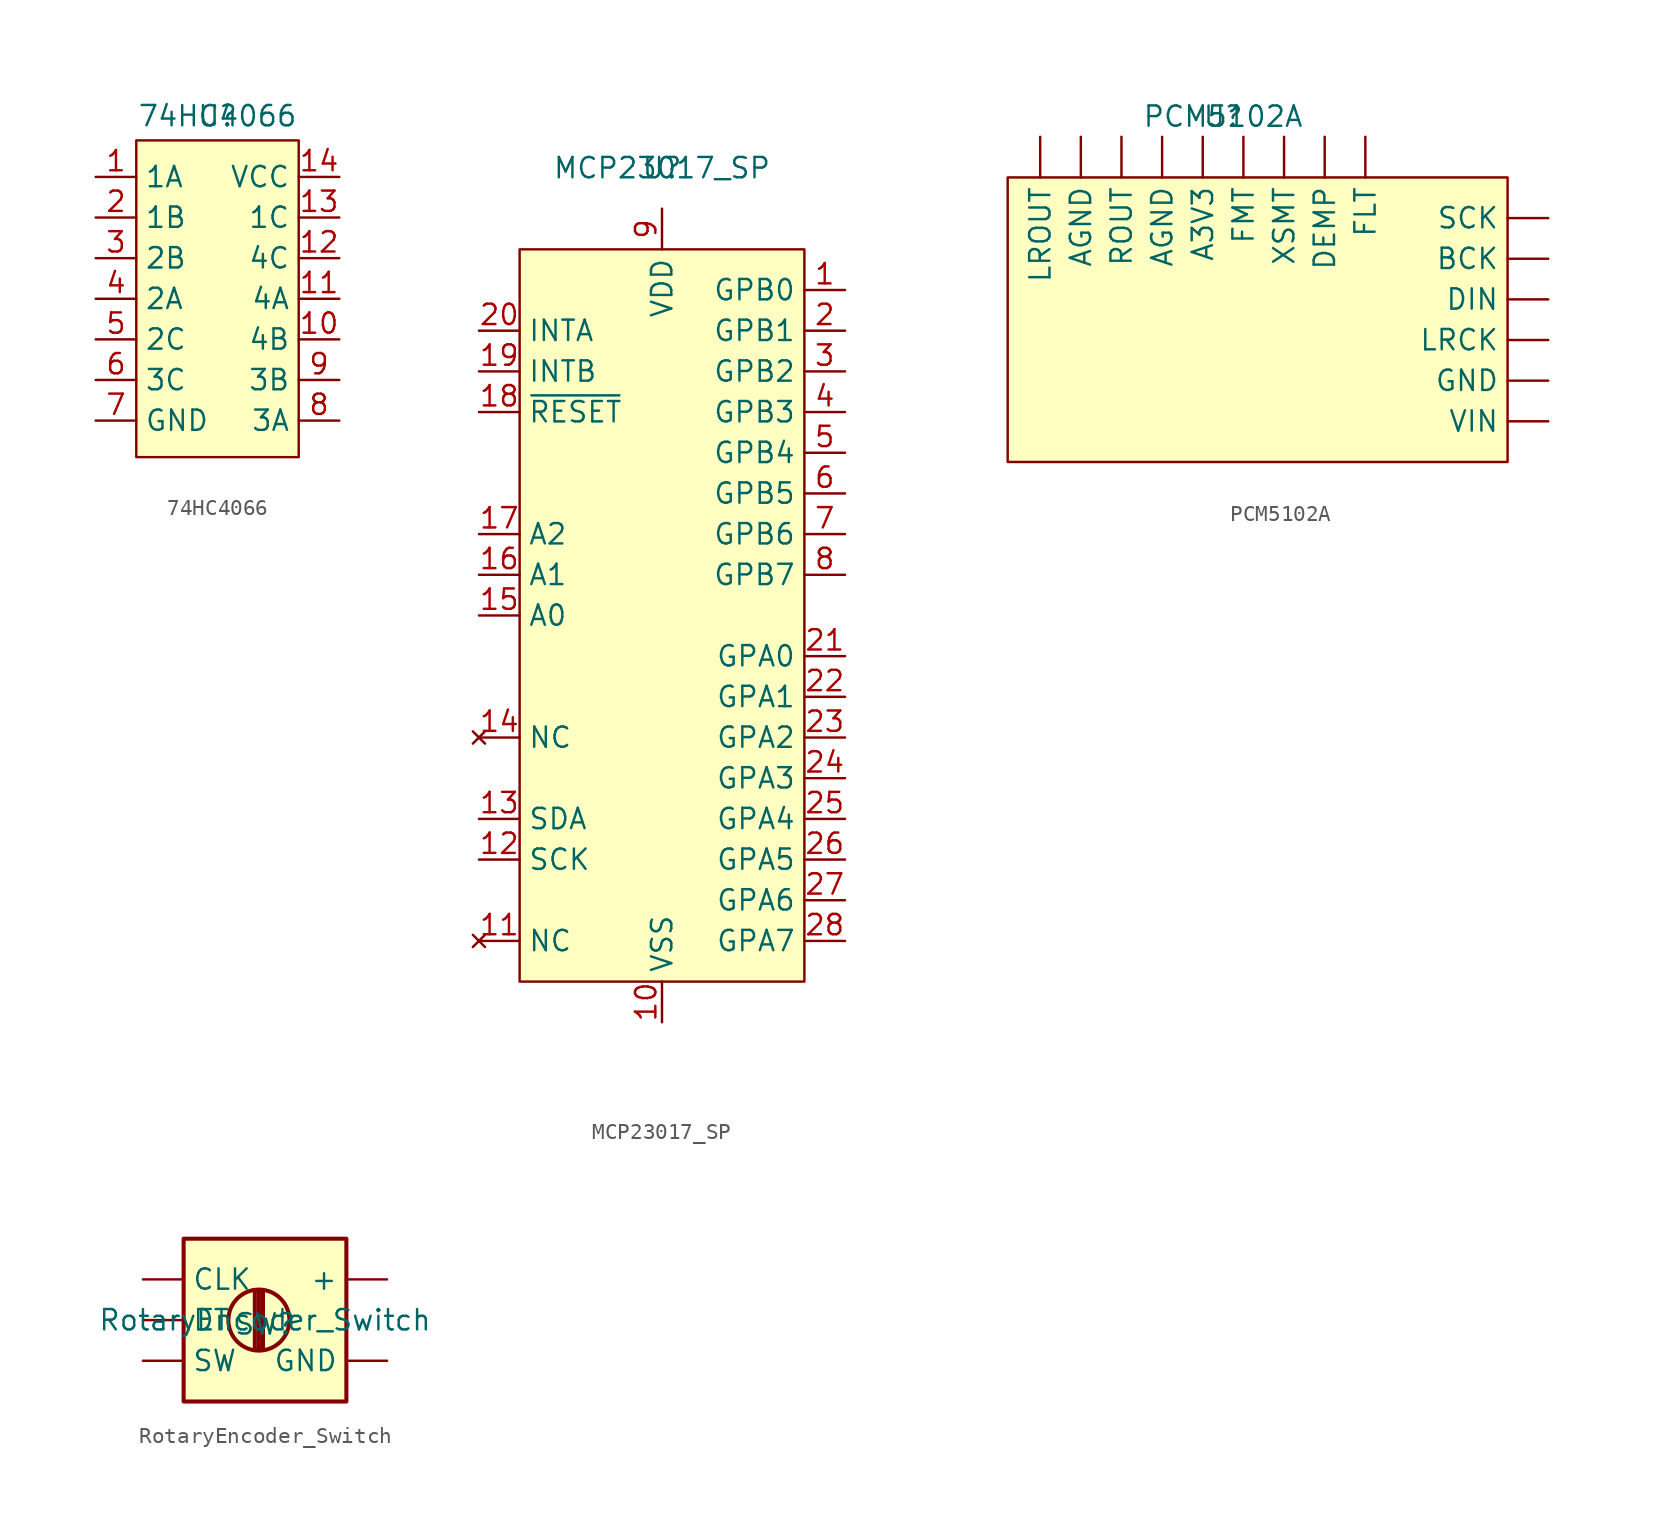
<source format=kicad_sym>
(kicad_symbol_lib
  (version 20231120)
  (generator "kicad_symbol_editor")
  (generator_version "8.0")
  (symbol "74HC4066"
    (property "Reference" "U"
      (at 0 0 0)
      (effects (font (size 1.27 1.27))))
    (property "Value" "74HC4066"
      (at 0 0 0)
      (effects (font (size 1.27 1.27))))
    (symbol "74HC4066_0_1"
      (rectangle (start -5.08 -1.524) (end 5.08 -21.336) (stroke (width 0) (type default)) (fill (type background))))
    (symbol "74HC4066_1_1"
      (pin bidirectional line (at -7.62 -3.81 0) (length 2.54) (name "1A" (effects (font (size 1.27 1.27)))) (number "1" (effects (font (size 1.27 1.27)))))
      (pin bidirectional line (at 7.62 -13.97 180) (length 2.54) (name "4B" (effects (font (size 1.27 1.27)))) (number "10" (effects (font (size 1.27 1.27)))))
      (pin bidirectional line (at 7.62 -11.43 180) (length 2.54) (name "4A" (effects (font (size 1.27 1.27)))) (number "11" (effects (font (size 1.27 1.27)))))
      (pin bidirectional line (at 7.62 -8.89 180) (length 2.54) (name "4C" (effects (font (size 1.27 1.27)))) (number "12" (effects (font (size 1.27 1.27)))))
      (pin bidirectional line (at 7.62 -6.35 180) (length 2.54) (name "1C" (effects (font (size 1.27 1.27)))) (number "13" (effects (font (size 1.27 1.27)))))
      (pin input line (at 7.62 -3.81 180) (length 2.54) (name "VCC" (effects (font (size 1.27 1.27)))) (number "14" (effects (font (size 1.27 1.27)))))
      (pin bidirectional line (at -7.62 -6.35 0) (length 2.54) (name "1B" (effects (font (size 1.27 1.27)))) (number "2" (effects (font (size 1.27 1.27)))))
      (pin bidirectional line (at -7.62 -8.89 0) (length 2.54) (name "2B" (effects (font (size 1.27 1.27)))) (number "3" (effects (font (size 1.27 1.27)))))
      (pin bidirectional line (at -7.62 -11.43 0) (length 2.54) (name "2A" (effects (font (size 1.27 1.27)))) (number "4" (effects (font (size 1.27 1.27)))))
      (pin bidirectional line (at -7.62 -13.97 0) (length 2.54) (name "2C" (effects (font (size 1.27 1.27)))) (number "5" (effects (font (size 1.27 1.27)))))
      (pin bidirectional line (at -7.62 -16.51 0) (length 2.54) (name "3C" (effects (font (size 1.27 1.27)))) (number "6" (effects (font (size 1.27 1.27)))))
      (pin input line (at -7.62 -19.05 0) (length 2.54) (name "GND" (effects (font (size 1.27 1.27)))) (number "7" (effects (font (size 1.27 1.27)))))
      (pin bidirectional line (at 7.62 -19.05 180) (length 2.54) (name "3A" (effects (font (size 1.27 1.27)))) (number "8" (effects (font (size 1.27 1.27)))))
      (pin bidirectional line (at 7.62 -16.51 180) (length 2.54) (name "3B" (effects (font (size 1.27 1.27)))) (number "9" (effects (font (size 1.27 1.27)))))))
  (symbol "MCP23017_SP"
    (property "Reference" "U"
      (at 0 0 0)
      (effects (font (size 1.27 1.27))))
    (property "Value" "MCP23017_SP"
      (at 0 0 0)
      (effects (font (size 1.27 1.27))))
    (symbol "MCP23017_SP_0_1"
      (rectangle (start -8.89 -5.08) (end 8.89 -50.8) (stroke (width 0) (type default)) (fill (type background))))
    (symbol "MCP23017_SP_1_0"
      (pin power_in line (at 0 -53.34 90) (length 2.54) (name "VSS" (effects (font (size 1.27 1.27)))) (number "10" (effects (font (size 1.27 1.27)))))
      (pin no_connect line (at -11.43 -48.26 0) (length 2.54) (name "NC" (effects (font (size 1.27 1.27)))) (number "11" (effects (font (size 1.27 1.27)))))
      (pin input line (at -11.43 -43.18 0) (length 2.54) (name "SCK" (effects (font (size 1.27 1.27)))) (number "12" (effects (font (size 1.27 1.27)))))
      (pin bidirectional line (at -11.43 -40.64 0) (length 2.54) (name "SDA" (effects (font (size 1.27 1.27)))) (number "13" (effects (font (size 1.27 1.27)))))
      (pin no_connect line (at -11.43 -35.56 0) (length 2.54) (name "NC" (effects (font (size 1.27 1.27)))) (number "14" (effects (font (size 1.27 1.27)))))
      (pin input line (at -11.43 -27.94 0) (length 2.54) (name "A0" (effects (font (size 1.27 1.27)))) (number "15" (effects (font (size 1.27 1.27)))))
      (pin input line (at -11.43 -25.4 0) (length 2.54) (name "A1" (effects (font (size 1.27 1.27)))) (number "16" (effects (font (size 1.27 1.27)))))
      (pin input line (at -11.43 -22.86 0) (length 2.54) (name "A2" (effects (font (size 1.27 1.27)))) (number "17" (effects (font (size 1.27 1.27)))))
      (pin output line (at -11.43 -15.24 0) (length 2.54) (name "~{RESET}" (effects (font (size 1.27 1.27)))) (number "18" (effects (font (size 1.27 1.27)))))
      (pin output line (at -11.43 -12.7 0) (length 2.54) (name "INTB" (effects (font (size 1.27 1.27)))) (number "19" (effects (font (size 1.27 1.27)))))
      (pin output line (at -11.43 -10.16 0) (length 2.54) (name "INTA" (effects (font (size 1.27 1.27)))) (number "20" (effects (font (size 1.27 1.27)))))
      (pin power_in line (at 0 -2.54 270) (length 2.54) (name "VDD" (effects (font (size 1.27 1.27)))) (number "9" (effects (font (size 1.27 1.27))))))
    (symbol "MCP23017_SP_1_1"
      (pin bidirectional line (at 11.43 -7.62 180) (length 2.54) (name "GPB0" (effects (font (size 1.27 1.27)))) (number "1" (effects (font (size 1.27 1.27)))))
      (pin bidirectional line (at 11.43 -10.16 180) (length 2.54) (name "GPB1" (effects (font (size 1.27 1.27)))) (number "2" (effects (font (size 1.27 1.27)))))
      (pin bidirectional line (at 11.43 -30.48 180) (length 2.54) (name "GPA0" (effects (font (size 1.27 1.27)))) (number "21" (effects (font (size 1.27 1.27)))))
      (pin bidirectional line (at 11.43 -33.02 180) (length 2.54) (name "GPA1" (effects (font (size 1.27 1.27)))) (number "22" (effects (font (size 1.27 1.27)))))
      (pin bidirectional line (at 11.43 -35.56 180) (length 2.54) (name "GPA2" (effects (font (size 1.27 1.27)))) (number "23" (effects (font (size 1.27 1.27)))))
      (pin bidirectional line (at 11.43 -38.1 180) (length 2.54) (name "GPA3" (effects (font (size 1.27 1.27)))) (number "24" (effects (font (size 1.27 1.27)))))
      (pin bidirectional line (at 11.43 -40.64 180) (length 2.54) (name "GPA4" (effects (font (size 1.27 1.27)))) (number "25" (effects (font (size 1.27 1.27)))))
      (pin bidirectional line (at 11.43 -43.18 180) (length 2.54) (name "GPA5" (effects (font (size 1.27 1.27)))) (number "26" (effects (font (size 1.27 1.27)))))
      (pin bidirectional line (at 11.43 -45.72 180) (length 2.54) (name "GPA6" (effects (font (size 1.27 1.27)))) (number "27" (effects (font (size 1.27 1.27)))))
      (pin bidirectional line (at 11.43 -48.26 180) (length 2.54) (name "GPA7" (effects (font (size 1.27 1.27)))) (number "28" (effects (font (size 1.27 1.27)))))
      (pin bidirectional line (at 11.43 -12.7 180) (length 2.54) (name "GPB2" (effects (font (size 1.27 1.27)))) (number "3" (effects (font (size 1.27 1.27)))))
      (pin bidirectional line (at 11.43 -15.24 180) (length 2.54) (name "GPB3" (effects (font (size 1.27 1.27)))) (number "4" (effects (font (size 1.27 1.27)))))
      (pin bidirectional line (at 11.43 -17.78 180) (length 2.54) (name "GPB4" (effects (font (size 1.27 1.27)))) (number "5" (effects (font (size 1.27 1.27)))))
      (pin bidirectional line (at 11.43 -20.32 180) (length 2.54) (name "GPB5" (effects (font (size 1.27 1.27)))) (number "6" (effects (font (size 1.27 1.27)))))
      (pin bidirectional line (at 11.43 -22.86 180) (length 2.54) (name "GPB6" (effects (font (size 1.27 1.27)))) (number "7" (effects (font (size 1.27 1.27)))))
      (pin bidirectional line (at 11.43 -25.4 180) (length 2.54) (name "GPB7" (effects (font (size 1.27 1.27)))) (number "8" (effects (font (size 1.27 1.27)))))))
  (symbol "PCM5102A"
    (pin_numbers hide)
    (property "Reference" "U"
      (at -1.27 3.81 0)
      (effects (font (size 1.27 1.27))))
    (property "Value" "PCM5102A"
      (at -1.27 3.81 0)
      (effects (font (size 1.27 1.27))))
    (symbol "PCM5102A_0_1"
      (rectangle (start -14.732 0) (end 16.51 -17.78) (stroke (width 0) (type default)) (fill (type background))))
    (symbol "PCM5102A_1_1"
      (pin bidirectional line (at -2.54 2.54 270) (length 2.54) (name "A3V3" (effects (font (size 1.27 1.27)))) (number "" (effects (font (size 1.27 1.27)))))
      (pin bidirectional line (at -10.16 2.54 270) (length 2.54) (name "AGND" (effects (font (size 1.27 1.27)))) (number "" (effects (font (size 1.27 1.27)))))
      (pin bidirectional line (at -5.08 2.54 270) (length 2.54) (name "AGND" (effects (font (size 1.27 1.27)))) (number "" (effects (font (size 1.27 1.27)))))
      (pin bidirectional line (at 19.05 -5.08 180) (length 2.54) (name "BCK" (effects (font (size 1.27 1.27)))) (number "" (effects (font (size 1.27 1.27)))))
      (pin bidirectional line (at 5.08 2.54 270) (length 2.54) (name "DEMP" (effects (font (size 1.27 1.27)))) (number "" (effects (font (size 1.27 1.27)))))
      (pin bidirectional line (at 19.05 -7.62 180) (length 2.54) (name "DIN" (effects (font (size 1.27 1.27)))) (number "" (effects (font (size 1.27 1.27)))))
      (pin bidirectional line (at 7.62 2.54 270) (length 2.54) (name "FLT" (effects (font (size 1.27 1.27)))) (number "" (effects (font (size 1.27 1.27)))))
      (pin bidirectional line (at 0 2.54 270) (length 2.54) (name "FMT" (effects (font (size 1.27 1.27)))) (number "" (effects (font (size 1.27 1.27)))))
      (pin power_in line (at 19.05 -12.7 180) (length 2.54) (name "GND" (effects (font (size 1.27 1.27)))) (number "" (effects (font (size 1.27 1.27)))))
      (pin bidirectional line (at 19.05 -10.16 180) (length 2.54) (name "LRCK" (effects (font (size 1.27 1.27)))) (number "" (effects (font (size 1.27 1.27)))))
      (pin bidirectional line (at -12.7 2.54 270) (length 2.54) (name "LROUT" (effects (font (size 1.27 1.27)))) (number "" (effects (font (size 1.27 1.27)))))
      (pin bidirectional line (at -7.62 2.54 270) (length 2.54) (name "ROUT" (effects (font (size 1.27 1.27)))) (number "" (effects (font (size 1.27 1.27)))))
      (pin bidirectional line (at 19.05 -2.54 180) (length 2.54) (name "SCK" (effects (font (size 1.27 1.27)))) (number "" (effects (font (size 1.27 1.27)))))
      (pin power_in line (at 19.05 -15.24 180) (length 2.54) (name "VIN" (effects (font (size 1.27 1.27)))) (number "" (effects (font (size 1.27 1.27)))))
      (pin bidirectional line (at 2.54 2.54 270) (length 2.54) (name "XSMT" (effects (font (size 1.27 1.27)))) (number "" (effects (font (size 1.27 1.27)))))))
  (symbol "RotaryEncoder_Switch"
    (property "Reference" "SW"
      (at 0 -0.254 0)
      (effects (font (size 1.27 1.27))))
    (property "Value" "RotaryEncoder_Switch"
      (at 0 0 0)
      (effects (font (size 1.27 1.27))))
    (symbol "RotaryEncoder_Switch_0_1"
      (rectangle (start -5.08 5.08) (end 5.08 -5.08) (stroke (width 0.254) (type default)) (fill (type background)))
      (circle (center -0.381 0) (radius 1.905) (stroke (width 0.254) (type default)) (fill (type none)))
      (polyline (pts (xy -0.635 -1.778) (xy -0.635 1.778)) (stroke (width 0.254) (type default)) (fill (type none)))
      (polyline (pts (xy -0.381 -1.778) (xy -0.381 1.778)) (stroke (width 0.254) (type default)) (fill (type none)))
      (polyline (pts (xy -0.127 1.778) (xy -0.127 -1.778)) (stroke (width 0.254) (type default)) (fill (type none))))
    (symbol "RotaryEncoder_Switch_1_1"
      (pin passive line (at 7.62 2.54 180) (length 2.54) (name "+" (effects (font (size 1.27 1.27)))) (number "" (effects (font (size 1.27 1.27)))))
      (pin passive line (at -7.62 2.54 0) (length 2.54) (name "CLK" (effects (font (size 1.27 1.27)))) (number "" (effects (font (size 1.27 1.27)))))
      (pin passive line (at -7.62 0 0) (length 2.54) (name "DT" (effects (font (size 1.27 1.27)))) (number "" (effects (font (size 1.27 1.27)))))
      (pin passive line (at 7.62 -2.54 180) (length 2.54) (name "GND" (effects (font (size 1.27 1.27)))) (number "" (effects (font (size 1.27 1.27)))))
      (pin passive line (at -7.62 -2.54 0) (length 2.54) (name "SW" (effects (font (size 1.27 1.27)))) (number "" (effects (font (size 1.27 1.27))))))))
</source>
